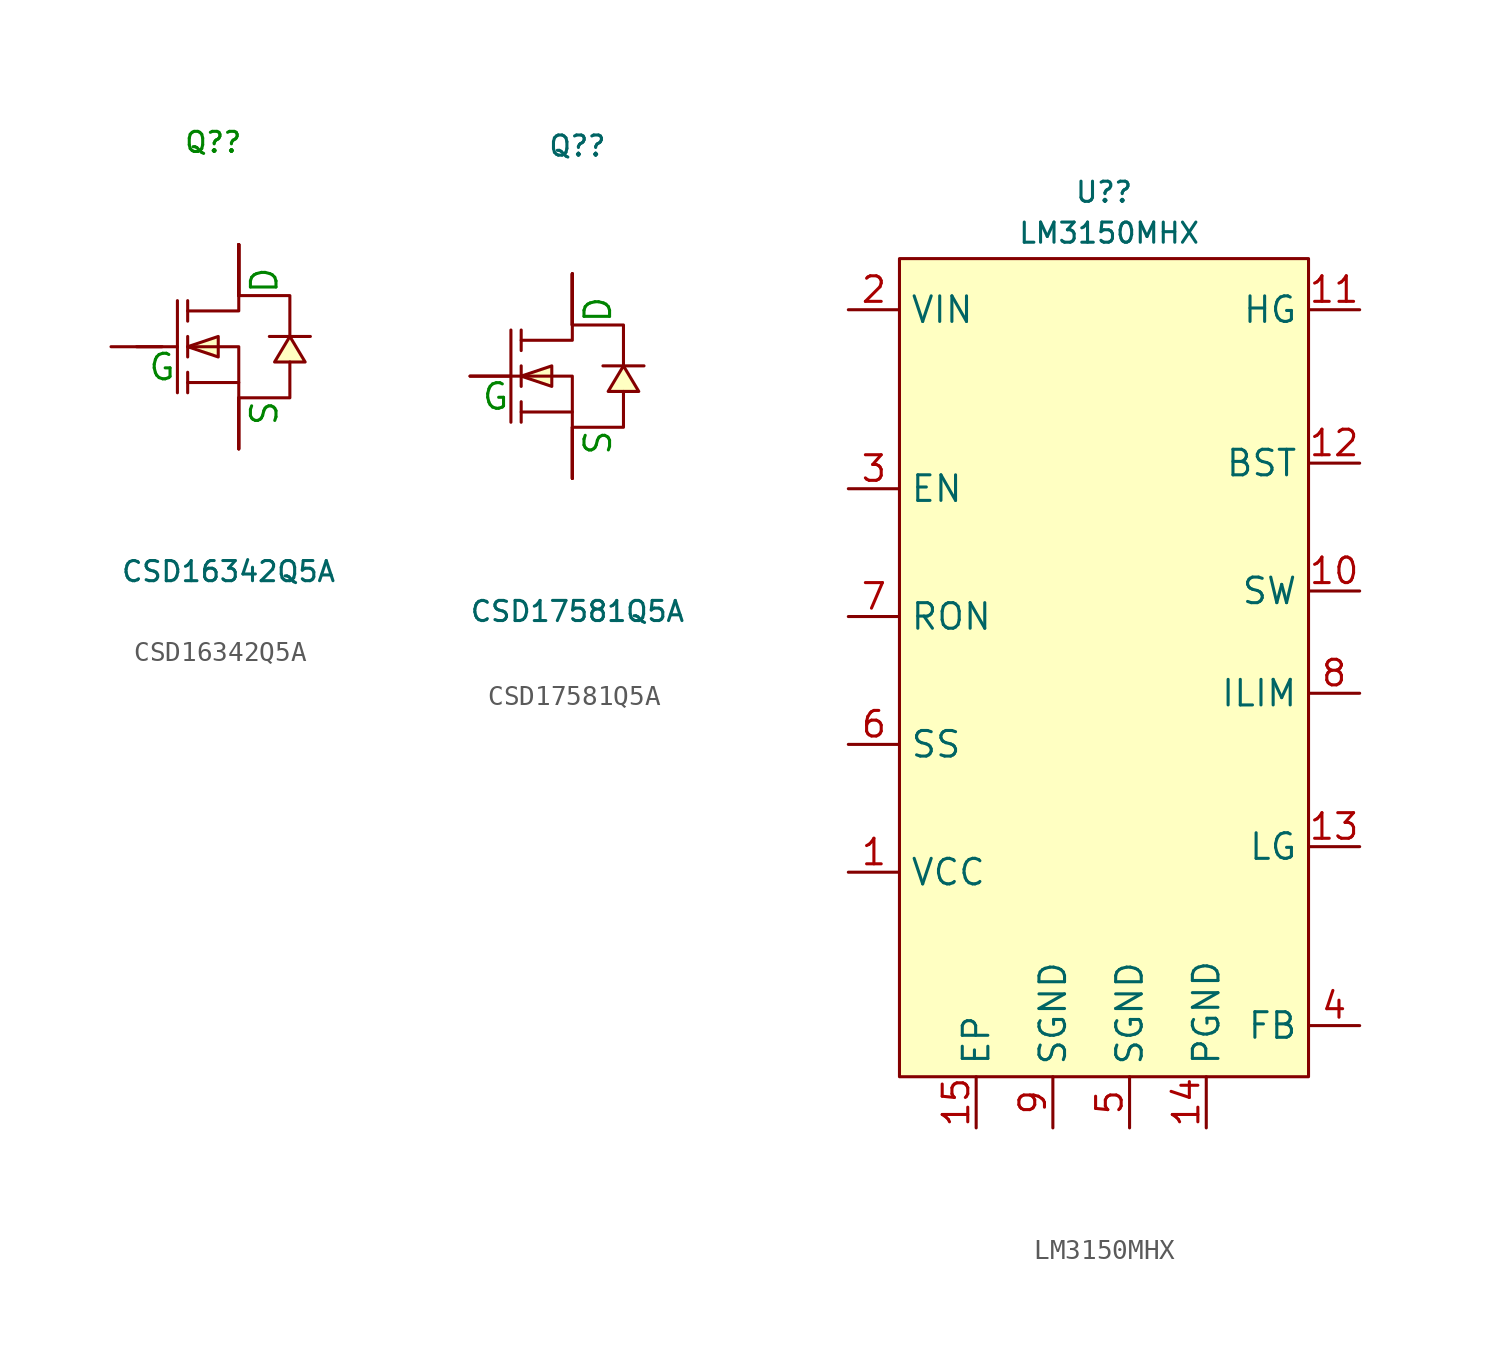
<source format=kicad_sym>
(kicad_symbol_lib
  (version 20231120)
  (generator "kicad_symbol_editor")
  (generator_version "8.0")
  (symbol "CSD16342Q5A"
    (property "Reference" "Q?"
      (at 0 10.16 0)
      (effects (font (size 1 1) (color 0 132 0 1))))
    (property "Value" "CSD16342Q5A"
      (at 0.762 -11.176 0)
      (effects (font (size 1 1))))
    (symbol "CSD16342Q5A_0_1"
      (polyline (pts (xy -3.81 0) (xy -1.78 0)) (stroke (width 0) (type default)) (fill (type none)))
      (polyline (pts (xy -1.78 2.29) (xy -1.78 -2.29)) (stroke (width 0) (type default)) (fill (type none)))
      (polyline (pts (xy -1.27 -2.29) (xy -1.27 -1.27)) (stroke (width 0) (type default)) (fill (type none)))
      (polyline (pts (xy -1.27 -0.51) (xy -1.27 0.51)) (stroke (width 0) (type default)) (fill (type none)))
      (polyline (pts (xy -1.27 2.29) (xy -1.27 1.27)) (stroke (width 0) (type default)) (fill (type none)))
      (polyline (pts (xy 1.27 -1.78) (xy -1.27 -1.78)) (stroke (width 0) (type default)) (fill (type none)))
      (polyline (pts (xy -1.27 0) (xy 0.25 -0.51) (xy 0.25 0.51) (xy -1.27 0)) (stroke (width 0) (type default)) (fill (type background)))
      (polyline (pts (xy 3.81 0.51) (xy 3.05 -0.76) (xy 4.57 -0.76) (xy 3.81 0.51)) (stroke (width 0) (type default)) (fill (type background)))
      (polyline (pts (xy 4.83 0.51) (xy 4.32 0.51) (xy 3.3 0.51) (xy 2.79 0.51)) (stroke (width 0) (type default)) (fill (type none)))
      (polyline (pts (xy -1.27 0) (xy 1.27 0) (xy 1.27 -2.54) (xy 3.81 -2.54) (xy 3.81 -0.76)) (stroke (width 0) (type default)) (fill (type none)))
      (polyline (pts (xy -1.27 1.78) (xy 1.27 1.78) (xy 1.27 2.54) (xy 3.81 2.54) (xy 3.81 0.51)) (stroke (width 0) (type default)) (fill (type none)))
      (pin passive line (at 1.27 -5.08 90) (length 2.54) (name "S" (effects (font (size 0 0)))) (number "1" (effects (font (size 0 0)))))
      (pin passive line (at 1.27 -5.08 90) (length 2.54) (name "S" (effects (font (size 0 0)))) (number "3" (effects (font (size 0 0))))))
    (symbol "CSD16342Q5A_1_1"
      (text "D" (at 2.54 3.302 900) (effects (font (size 1.27 1.27) (color 0 132 0 1))))
      (text "G" (at -2.54 -1.016 0) (effects (font (size 1.27 1.27) (color 0 132 0 1))))
      (text "S" (at 2.54 -3.302 900) (effects (font (size 1.27 1.27) (color 0 132 0 1))))
      (pin passive line (at 1.27 -5.08 90) (length 2.54) (name "S" (effects (font (size 0 0)))) (number "2" (effects (font (size 0 0)))))
      (pin passive line (at -5.08 0 0) (length 2.54) (name "G" (effects (font (size 0 0)))) (number "4" (effects (font (size 0 0)))))
      (pin passive line (at 1.27 5.08 270) (length 2.54) (name "D" (effects (font (size 0 0)))) (number "5" (effects (font (size 0 0)))))
      (pin passive line (at 1.27 5.08 270) (length 2.54) (name "D" (effects (font (size 0 0)))) (number "6" (effects (font (size 0 0)))))
      (pin passive line (at 1.27 5.08 270) (length 2.54) (name "D" (effects (font (size 0 0)))) (number "7" (effects (font (size 0 0)))))
      (pin passive line (at 1.27 5.08 270) (length 2.54) (name "D" (effects (font (size 0 0)))) (number "8" (effects (font (size 0 0)))))
      (pin passive line (at 1.27 5.08 270) (length 2.54) (name "D" (effects (font (size 0 0)))) (number "9" (effects (font (size 0 0)))))))
  (symbol "CSD17581Q5A"
    (property "Reference" "Q?"
      (at 0.254 11.43 0)
      (effects (font (size 1 1))))
    (property "Value" "CSD17581Q5A"
      (at 0.254 -11.684 0)
      (effects (font (size 1 1))))
    (symbol "CSD17581Q5A_0_1"
      (polyline (pts (xy -5.08 0) (xy -3.05 0)) (stroke (width 0) (type default)) (fill (type none)))
      (polyline (pts (xy -3.05 2.29) (xy -3.05 -2.29)) (stroke (width 0) (type default)) (fill (type none)))
      (polyline (pts (xy -2.54 -2.29) (xy -2.54 -1.27)) (stroke (width 0) (type default)) (fill (type none)))
      (polyline (pts (xy -2.54 -0.51) (xy -2.54 0.51)) (stroke (width 0) (type default)) (fill (type none)))
      (polyline (pts (xy -2.54 2.29) (xy -2.54 1.27)) (stroke (width 0) (type default)) (fill (type none)))
      (polyline (pts (xy 0 -1.78) (xy -2.54 -1.78)) (stroke (width 0) (type default)) (fill (type none)))
      (polyline (pts (xy -2.54 0) (xy -1.02 -0.51) (xy -1.02 0.51) (xy -2.54 0)) (stroke (width 0) (type default)) (fill (type background)))
      (polyline (pts (xy 2.54 0.51) (xy 1.78 -0.76) (xy 3.3 -0.76) (xy 2.54 0.51)) (stroke (width 0) (type default)) (fill (type background)))
      (polyline (pts (xy 3.56 0.51) (xy 3.05 0.51) (xy 2.03 0.51) (xy 1.52 0.51)) (stroke (width 0) (type default)) (fill (type none)))
      (polyline (pts (xy -2.54 0) (xy 0 0) (xy 0 -2.54) (xy 2.54 -2.54) (xy 2.54 -0.76)) (stroke (width 0) (type default)) (fill (type none)))
      (polyline (pts (xy -2.54 1.78) (xy 0 1.78) (xy 0 2.54) (xy 2.54 2.54) (xy 2.54 0.51)) (stroke (width 0) (type default)) (fill (type none)))
      (pin passive line (at 0 -5.08 90) (length 2.54) (name "S" (effects (font (size 0 0)))) (number "1" (effects (font (size 0 0)))))
      (pin passive line (at 0 -5.08 90) (length 2.54) (name "S" (effects (font (size 0 0)))) (number "2" (effects (font (size 0 0)))))
      (pin passive line (at 0 -5.08 90) (length 2.54) (name "S" (effects (font (size 0 0)))) (number "3" (effects (font (size 0 0)))))
      (pin passive line (at -5.08 0 0) (length 2.54) (name "G" (effects (font (size 0 0)))) (number "4" (effects (font (size 0 0)))))
      (pin passive line (at 0 5.08 270) (length 2.54) (name "D" (effects (font (size 0 0)))) (number "5" (effects (font (size 0 0)))))
      (pin passive line (at 0 5.08 270) (length 2.54) (name "D" (effects (font (size 0 0)))) (number "6" (effects (font (size 0 0)))))
      (pin passive line (at 0 5.08 270) (length 2.54) (name "D" (effects (font (size 0 0)))) (number "7" (effects (font (size 0 0)))))
      (pin passive line (at 0 5.08 270) (length 2.54) (name "D" (effects (font (size 0 0)))) (number "8" (effects (font (size 0 0)))))
      (pin passive line (at 0 5.08 270) (length 2.54) (name "D" (effects (font (size 0 0)))) (number "9" (effects (font (size 0 0))))))
    (symbol "CSD17581Q5A_1_1"
      (text "D" (at 1.27 3.302 900) (effects (font (size 1.27 1.27) (color 0 132 0 1))))
      (text "G" (at -3.81 -1.016 0) (effects (font (size 1.27 1.27) (color 0 132 0 1))))
      (text "S" (at 1.27 -3.302 900) (effects (font (size 1.27 1.27) (color 0 132 0 1))))))
  (symbol "LM3150MHX"
    (property "Reference" "U?"
      (at 0 21.082 0)
      (effects (font (size 1 1))))
    (property "Value" "LM3150MHX"
      (at 0.254 19.05 0)
      (effects (font (size 1 1))))
    (symbol "LM3150MHX_0_1"
      (rectangle (start -10.16 17.78) (end 10.16 -22.86) (stroke (width 0) (type default)) (fill (type background)))
      (pin passive line (at -12.7 -12.7 0) (length 2.54) (name "VCC" (effects (font (size 1.27 1.27)))) (number "1" (effects (font (size 1.27 1.27)))))
      (pin passive line (at 12.7 1.27 180) (length 2.54) (name "SW" (effects (font (size 1.27 1.27)))) (number "10" (effects (font (size 1.27 1.27)))))
      (pin passive line (at 12.7 15.24 180) (length 2.54) (name "HG" (effects (font (size 1.27 1.27)))) (number "11" (effects (font (size 1.27 1.27)))))
      (pin passive line (at 12.7 7.62 180) (length 2.54) (name "BST" (effects (font (size 1.27 1.27)))) (number "12" (effects (font (size 1.27 1.27)))))
      (pin passive line (at 12.7 -11.43 180) (length 2.54) (name "LG" (effects (font (size 1.27 1.27)))) (number "13" (effects (font (size 1.27 1.27)))))
      (pin passive line (at 5.08 -25.4 90) (length 2.54) (name "PGND" (effects (font (size 1.27 1.27)))) (number "14" (effects (font (size 1.27 1.27)))))
      (pin passive line (at -12.7 15.24 0) (length 2.54) (name "VIN" (effects (font (size 1.27 1.27)))) (number "2" (effects (font (size 1.27 1.27)))))
      (pin passive line (at -12.7 6.35 0) (length 2.54) (name "EN" (effects (font (size 1.27 1.27)))) (number "3" (effects (font (size 1.27 1.27)))))
      (pin passive line (at 12.7 -20.32 180) (length 2.54) (name "FB" (effects (font (size 1.27 1.27)))) (number "4" (effects (font (size 1.27 1.27)))))
      (pin passive line (at 1.27 -25.4 90) (length 2.54) (name "SGND" (effects (font (size 1.27 1.27)))) (number "5" (effects (font (size 1.27 1.27)))))
      (pin passive line (at -12.7 -6.35 0) (length 2.54) (name "SS" (effects (font (size 1.27 1.27)))) (number "6" (effects (font (size 1.27 1.27)))))
      (pin passive line (at -12.7 0 0) (length 2.54) (name "RON" (effects (font (size 1.27 1.27)))) (number "7" (effects (font (size 1.27 1.27)))))
      (pin passive line (at 12.7 -3.81 180) (length 2.54) (name "ILIM" (effects (font (size 1.27 1.27)))) (number "8" (effects (font (size 1.27 1.27)))))
      (pin passive line (at -2.54 -25.4 90) (length 2.54) (name "SGND" (effects (font (size 1.27 1.27)))) (number "9" (effects (font (size 1.27 1.27))))))
    (symbol "LM3150MHX_1_1"
      (pin passive line (at -6.35 -25.4 90) (length 2.54) (name "EP" (effects (font (size 1.27 1.27)))) (number "15" (effects (font (size 1.27 1.27))))))))
</source>
